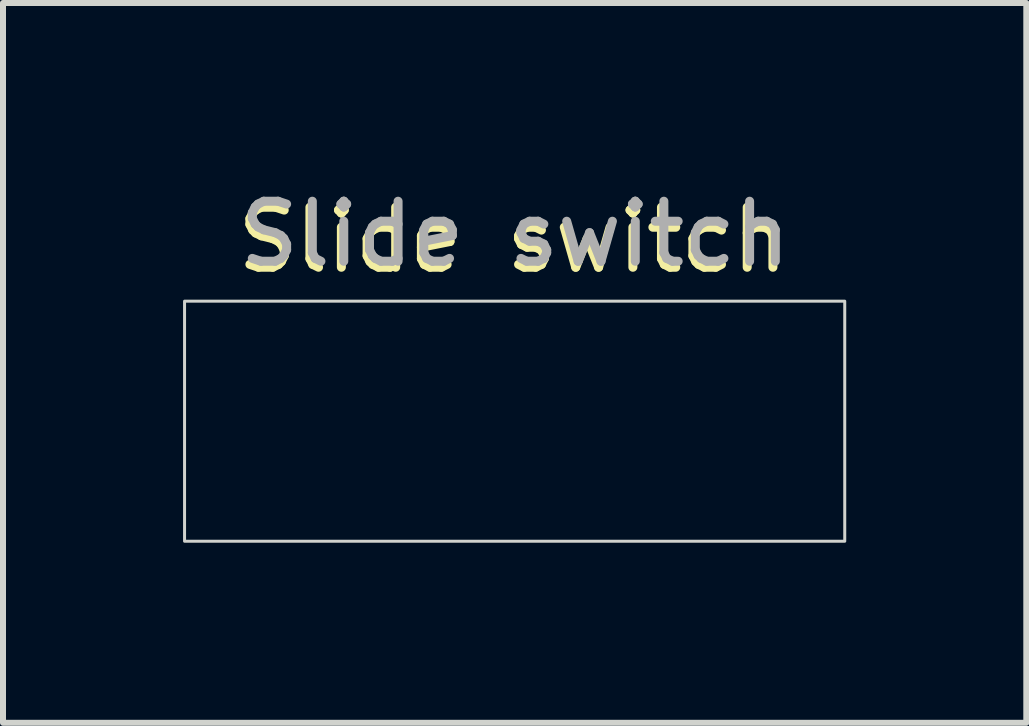
<source format=kicad_pcb>
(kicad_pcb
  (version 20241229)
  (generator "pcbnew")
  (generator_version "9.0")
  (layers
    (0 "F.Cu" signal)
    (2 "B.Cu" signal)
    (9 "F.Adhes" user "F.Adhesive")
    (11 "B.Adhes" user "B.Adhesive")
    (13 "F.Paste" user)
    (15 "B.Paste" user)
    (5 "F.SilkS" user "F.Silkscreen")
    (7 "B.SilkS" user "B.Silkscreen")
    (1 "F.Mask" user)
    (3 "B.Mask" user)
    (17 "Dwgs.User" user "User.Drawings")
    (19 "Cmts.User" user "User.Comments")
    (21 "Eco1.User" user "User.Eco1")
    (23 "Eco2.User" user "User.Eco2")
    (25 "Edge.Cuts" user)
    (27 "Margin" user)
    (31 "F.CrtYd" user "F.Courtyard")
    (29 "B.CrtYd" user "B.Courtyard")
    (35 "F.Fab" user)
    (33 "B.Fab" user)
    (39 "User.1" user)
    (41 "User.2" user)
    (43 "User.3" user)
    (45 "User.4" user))
  (footprint "Slide switch"
    (layer "F.Cu")
    (at 5.525 3.968)
    (property "Reference" "Slide switch" (at -0.03 -3.02 0) (unlocked yes) (layer "F.SilkS") (effects (font (size 1 1) (thickness 0.15))))
    (fp_rect (start -5.5 -2) (end 5.5 2) (stroke (width 0.05) (type solid)) (fill no) (layer "Edge.Cuts"))
    (fp_text user "${REFERENCE}" (at 0.01 -3.12 0) (unlocked yes) (layer "F.Fab") (effects (font (size 1 1) (thickness 0.15)))))
  (gr_rect
    (start -3 -3)
    (end 14.05 8.993)
    (stroke (width 0.1) (type default))
    (fill no)
    (layer "Edge.Cuts")))
</source>
